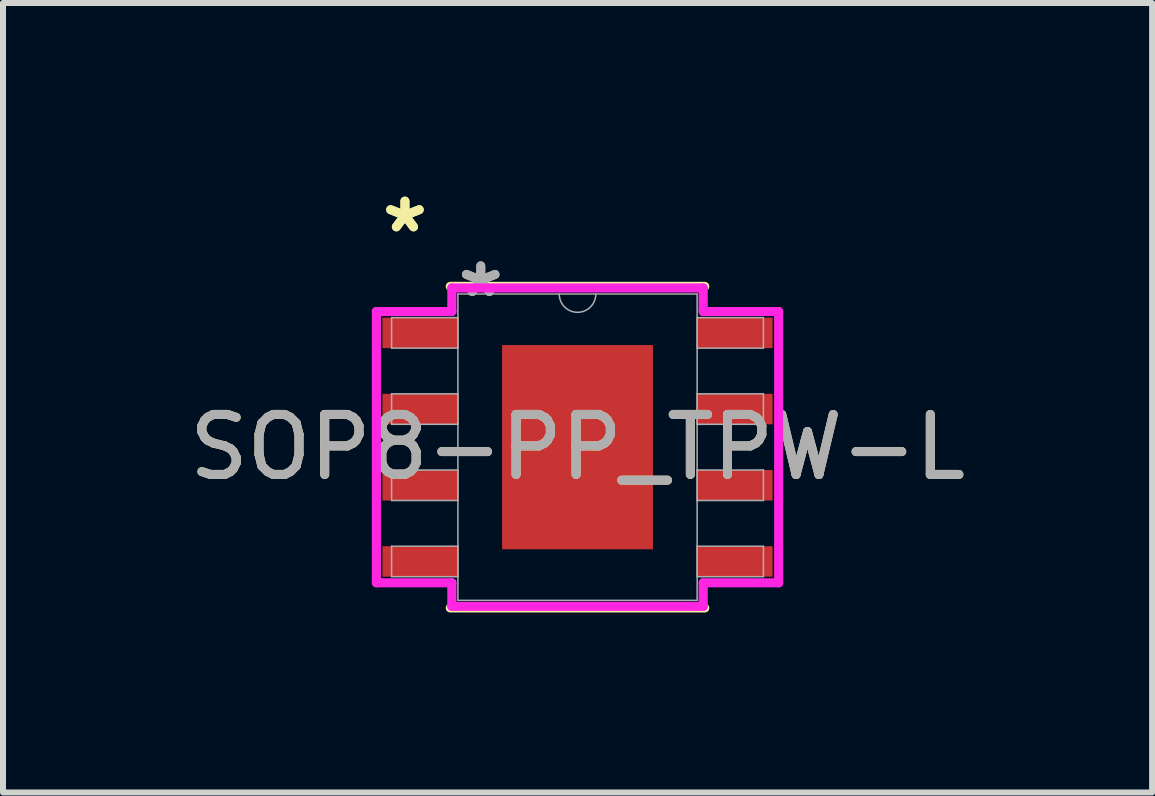
<source format=kicad_pcb>
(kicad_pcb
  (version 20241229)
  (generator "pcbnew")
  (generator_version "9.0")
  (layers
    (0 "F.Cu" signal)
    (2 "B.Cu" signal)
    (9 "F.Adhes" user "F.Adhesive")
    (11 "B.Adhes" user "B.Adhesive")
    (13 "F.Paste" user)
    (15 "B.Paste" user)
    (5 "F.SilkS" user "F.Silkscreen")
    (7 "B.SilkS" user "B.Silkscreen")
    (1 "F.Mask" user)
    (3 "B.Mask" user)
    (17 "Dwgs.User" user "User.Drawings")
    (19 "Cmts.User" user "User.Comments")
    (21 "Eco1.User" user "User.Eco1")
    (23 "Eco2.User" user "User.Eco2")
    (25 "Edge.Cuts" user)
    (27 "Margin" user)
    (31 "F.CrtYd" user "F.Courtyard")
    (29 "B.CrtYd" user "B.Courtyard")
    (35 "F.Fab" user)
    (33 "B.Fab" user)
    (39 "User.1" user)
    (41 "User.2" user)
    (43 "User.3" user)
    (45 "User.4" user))
  (footprint "SOP8-PP_TPW-L"
    (layer "F.Cu")
    (at 6.577 4.404)
    (property "Reference" "SOP8-PP_TPW-L" (at 0 0 0) (unlocked yes) (layer "F.SilkS") (effects (font (size 1 1) (thickness 0.15))))
    (attr smd)
    (fp_line (start -2.121 2.68) (end 2.121 2.68) (stroke (width 0.152) (type solid)) (layer "F.SilkS"))
    (fp_line (start 2.121 -2.68) (end -2.121 -2.68) (stroke (width 0.152) (type solid)) (layer "F.SilkS"))
    (fp_poly (pts (xy -1.157 -1.602) (xy -1.157 -0.1) (xy 1.157 -0.1) (xy 1.157 -1.602)) (stroke (width 0) (type solid)) (fill yes) (layer "F.Paste"))
    (fp_poly (pts (xy -1.157 0.1) (xy -1.157 1.602) (xy 1.157 1.602) (xy 1.157 0.1)) (stroke (width 0) (type solid)) (fill yes) (layer "F.Paste"))
    (fp_line (start -3.353 -2.261) (end -2.095 -2.261) (stroke (width 0.152) (type solid)) (layer "F.CrtYd"))
    (fp_line (start -3.353 2.261) (end -3.353 -2.261) (stroke (width 0.152) (type solid)) (layer "F.CrtYd"))
    (fp_line (start -3.353 2.261) (end -2.095 2.261) (stroke (width 0.152) (type solid)) (layer "F.CrtYd"))
    (fp_line (start -2.095 -2.654) (end 2.095 -2.654) (stroke (width 0.152) (type solid)) (layer "F.CrtYd"))
    (fp_line (start -2.095 -2.261) (end -2.095 -2.654) (stroke (width 0.152) (type solid)) (layer "F.CrtYd"))
    (fp_line (start -2.095 2.654) (end -2.095 2.261) (stroke (width 0.152) (type solid)) (layer "F.CrtYd"))
    (fp_line (start 2.095 -2.654) (end 2.095 -2.261) (stroke (width 0.152) (type solid)) (layer "F.CrtYd"))
    (fp_line (start 2.095 2.261) (end 2.095 2.654) (stroke (width 0.152) (type solid)) (layer "F.CrtYd"))
    (fp_line (start 2.095 2.654) (end -2.095 2.654) (stroke (width 0.152) (type solid)) (layer "F.CrtYd"))
    (fp_line (start 3.353 -2.261) (end 2.095 -2.261) (stroke (width 0.152) (type solid)) (layer "F.CrtYd"))
    (fp_line (start 3.353 -2.261) (end 3.353 2.261) (stroke (width 0.152) (type solid)) (layer "F.CrtYd"))
    (fp_line (start 3.353 2.261) (end 2.095 2.261) (stroke (width 0.152) (type solid)) (layer "F.CrtYd"))
    (fp_line (start -3.099 -2.159) (end -3.099 -1.651) (stroke (width 0.025) (type solid)) (layer "F.Fab"))
    (fp_line (start -3.099 -1.651) (end -1.994 -1.651) (stroke (width 0.025) (type solid)) (layer "F.Fab"))
    (fp_line (start -3.099 -0.889) (end -3.099 -0.381) (stroke (width 0.025) (type solid)) (layer "F.Fab"))
    (fp_line (start -3.099 -0.381) (end -1.994 -0.381) (stroke (width 0.025) (type solid)) (layer "F.Fab"))
    (fp_line (start -3.099 0.381) (end -3.099 0.889) (stroke (width 0.025) (type solid)) (layer "F.Fab"))
    (fp_line (start -3.099 0.889) (end -1.994 0.889) (stroke (width 0.025) (type solid)) (layer "F.Fab"))
    (fp_line (start -3.099 1.651) (end -3.099 2.159) (stroke (width 0.025) (type solid)) (layer "F.Fab"))
    (fp_line (start -3.099 2.159) (end -1.994 2.159) (stroke (width 0.025) (type solid)) (layer "F.Fab"))
    (fp_line (start -1.994 -2.553) (end -1.994 2.553) (stroke (width 0.025) (type solid)) (layer "F.Fab"))
    (fp_line (start -1.994 -2.159) (end -3.099 -2.159) (stroke (width 0.025) (type solid)) (layer "F.Fab"))
    (fp_line (start -1.994 -1.651) (end -1.994 -2.159) (stroke (width 0.025) (type solid)) (layer "F.Fab"))
    (fp_line (start -1.994 -0.889) (end -3.099 -0.889) (stroke (width 0.025) (type solid)) (layer "F.Fab"))
    (fp_line (start -1.994 -0.381) (end -1.994 -0.889) (stroke (width 0.025) (type solid)) (layer "F.Fab"))
    (fp_line (start -1.994 0.381) (end -3.099 0.381) (stroke (width 0.025) (type solid)) (layer "F.Fab"))
    (fp_line (start -1.994 0.889) (end -1.994 0.381) (stroke (width 0.025) (type solid)) (layer "F.Fab"))
    (fp_line (start -1.994 1.651) (end -3.099 1.651) (stroke (width 0.025) (type solid)) (layer "F.Fab"))
    (fp_line (start -1.994 2.159) (end -1.994 1.651) (stroke (width 0.025) (type solid)) (layer "F.Fab"))
    (fp_line (start -1.994 2.553) (end 1.994 2.553) (stroke (width 0.025) (type solid)) (layer "F.Fab"))
    (fp_line (start 1.994 -2.553) (end -1.994 -2.553) (stroke (width 0.025) (type solid)) (layer "F.Fab"))
    (fp_line (start 1.994 -2.159) (end 1.994 -1.651) (stroke (width 0.025) (type solid)) (layer "F.Fab"))
    (fp_line (start 1.994 -1.651) (end 3.099 -1.651) (stroke (width 0.025) (type solid)) (layer "F.Fab"))
    (fp_line (start 1.994 -0.889) (end 1.994 -0.381) (stroke (width 0.025) (type solid)) (layer "F.Fab"))
    (fp_line (start 1.994 -0.381) (end 3.099 -0.381) (stroke (width 0.025) (type solid)) (layer "F.Fab"))
    (fp_line (start 1.994 0.381) (end 1.994 0.889) (stroke (width 0.025) (type solid)) (layer "F.Fab"))
    (fp_line (start 1.994 0.889) (end 3.099 0.889) (stroke (width 0.025) (type solid)) (layer "F.Fab"))
    (fp_line (start 1.994 1.651) (end 1.994 2.159) (stroke (width 0.025) (type solid)) (layer "F.Fab"))
    (fp_line (start 1.994 2.159) (end 3.099 2.159) (stroke (width 0.025) (type solid)) (layer "F.Fab"))
    (fp_line (start 1.994 2.553) (end 1.994 -2.553) (stroke (width 0.025) (type solid)) (layer "F.Fab"))
    (fp_line (start 3.099 -2.159) (end 1.994 -2.159) (stroke (width 0.025) (type solid)) (layer "F.Fab"))
    (fp_line (start 3.099 -1.651) (end 3.099 -2.159) (stroke (width 0.025) (type solid)) (layer "F.Fab"))
    (fp_line (start 3.099 -0.889) (end 1.994 -0.889) (stroke (width 0.025) (type solid)) (layer "F.Fab"))
    (fp_line (start 3.099 -0.381) (end 3.099 -0.889) (stroke (width 0.025) (type solid)) (layer "F.Fab"))
    (fp_line (start 3.099 0.381) (end 1.994 0.381) (stroke (width 0.025) (type solid)) (layer "F.Fab"))
    (fp_line (start 3.099 0.889) (end 3.099 0.381) (stroke (width 0.025) (type solid)) (layer "F.Fab"))
    (fp_line (start 3.099 1.651) (end 1.994 1.651) (stroke (width 0.025) (type solid)) (layer "F.Fab"))
    (fp_line (start 3.099 2.159) (end 3.099 1.651) (stroke (width 0.025) (type solid)) (layer "F.Fab"))
    (fp_arc (start 0.3048 -2.5527) (mid 0 -2.2479) (end -0.3048 -2.5527) (stroke (width 0.0254) (type solid)) (layer "F.Fab"))
    (fp_text user "*" (at -2.877 -3.556 0) (unlocked yes) (layer "F.SilkS") (effects (font (size 1 1) (thickness 0.15))))
    (fp_text user "*" (at -2.877 -3.556 0) (layer "F.SilkS") (effects (font (size 1 1) (thickness 0.15))))
    (fp_text user "*" (at -1.613 -2.477 0) (unlocked yes) (layer "F.Fab") (effects (font (size 1 1) (thickness 0.15))))
    (fp_text user "*" (at -1.613 -2.477 0) (layer "F.Fab") (effects (font (size 1 1) (thickness 0.15))))
    (fp_text user "${REFERENCE}" (at 0 0 0) (unlocked yes) (layer "F.Fab") (effects (font (size 1 1) (thickness 0.15))))
    (pad "1" smd rect (at -2.623 -1.905) (size 1.257 0.508) (layers "F.Cu" "F.Mask" "F.Paste"))
    (pad "2" smd rect (at -2.623 -0.635) (size 1.257 0.508) (layers "F.Cu" "F.Mask" "F.Paste"))
    (pad "3" smd rect (at -2.623 0.635) (size 1.257 0.508) (layers "F.Cu" "F.Mask" "F.Paste"))
    (pad "4" smd rect (at -2.623 1.905) (size 1.257 0.508) (layers "F.Cu" "F.Mask" "F.Paste"))
    (pad "5" smd rect (at 2.623 1.905) (size 1.257 0.508) (layers "F.Cu" "F.Mask" "F.Paste"))
    (pad "6" smd rect (at 2.623 0.635) (size 1.257 0.508) (layers "F.Cu" "F.Mask" "F.Paste"))
    (pad "7" smd rect (at 2.623 -0.635) (size 1.257 0.508) (layers "F.Cu" "F.Mask" "F.Paste"))
    (pad "8" smd rect (at 2.623 -1.905) (size 1.257 0.508) (layers "F.Cu" "F.Mask" "F.Paste"))
    (pad "EPAD" smd rect (at 0 0) (size 2.515 3.404) (layers "F.Cu" "F.Mask")))
  (gr_rect
    (start -3 -3)
    (end 16.155 10.16)
    (stroke (width 0.1) (type default))
    (fill no)
    (layer "Edge.Cuts")))
</source>
